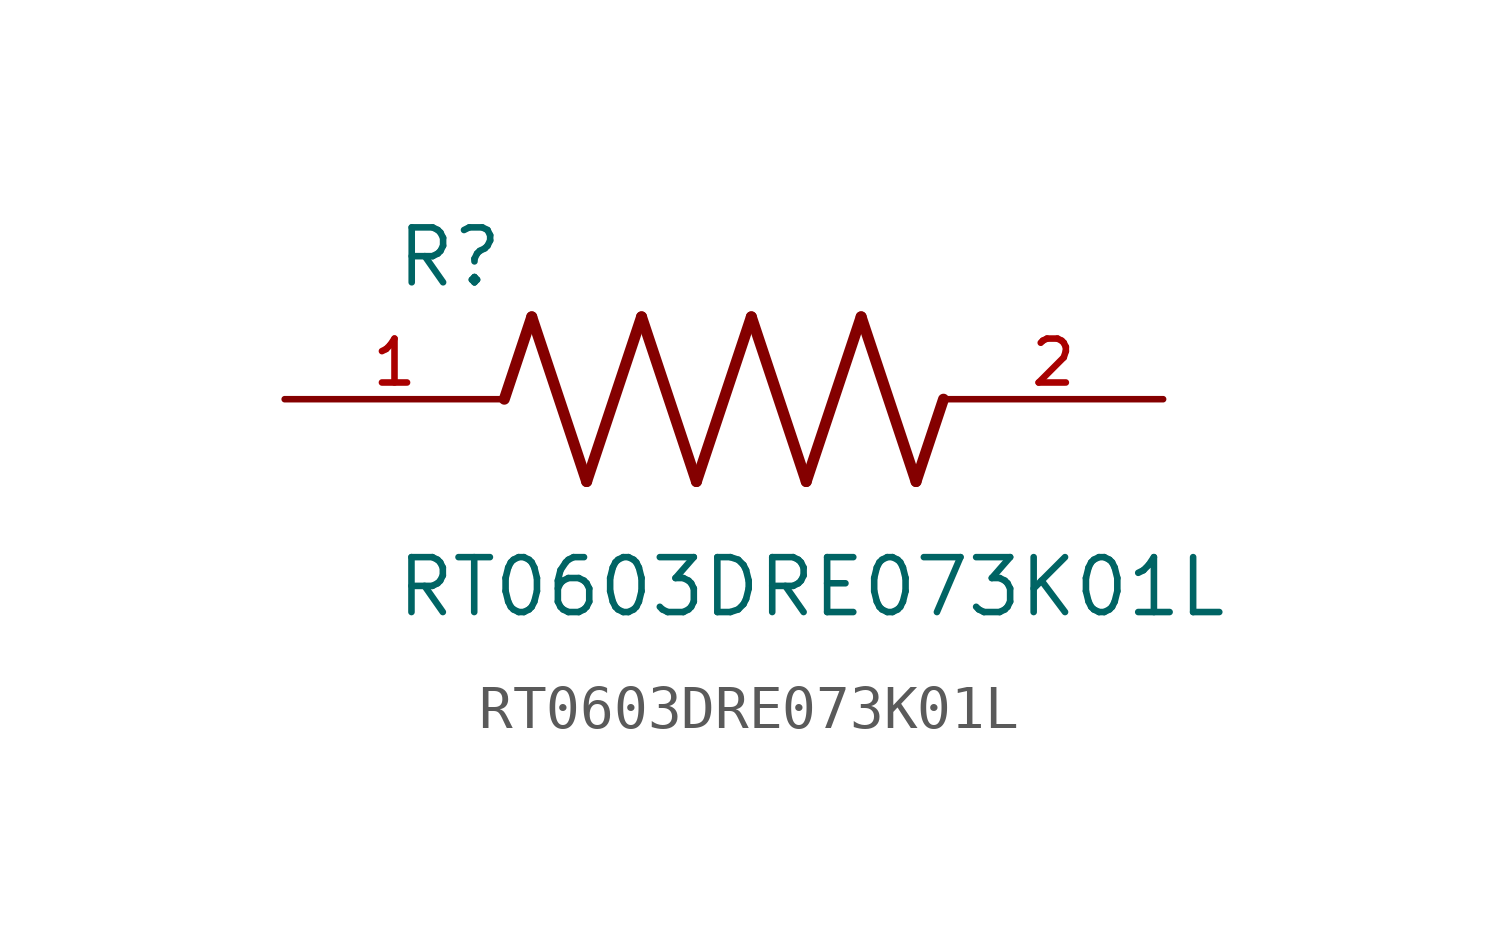
<source format=kicad_sym>
(kicad_symbol_lib
  (version 20211014)
  (generator kicad_symbol_editor)
  (symbol "RT0603DRE073K01L"
    (pin_names
      (offset 1.016))
    (property "Reference" "R"
      (at -7.624 2.541 0)
      (effects (font (size 1.27 1.27)) (justify bottom left)))
    (property "Value" "RT0603DRE073K01L"
      (at -7.63 -5.087 0)
      (effects (font (size 1.27 1.27)) (justify bottom left)))
    (symbol "RT0603DRE073K01L_0_0"
      (polyline (pts (xy -5.08 0.0) (xy -4.445 1.905)) (stroke (width 0.254)))
      (polyline (pts (xy -4.445 1.905) (xy -3.175 -1.905)) (stroke (width 0.254)))
      (polyline (pts (xy -3.175 -1.905) (xy -1.905 1.905)) (stroke (width 0.254)))
      (polyline (pts (xy -1.905 1.905) (xy -0.635 -1.905)) (stroke (width 0.254)))
      (polyline (pts (xy -0.635 -1.905) (xy 0.635 1.905)) (stroke (width 0.254)))
      (polyline (pts (xy 0.635 1.905) (xy 1.905 -1.905)) (stroke (width 0.254)))
      (polyline (pts (xy 1.905 -1.905) (xy 3.175 1.905)) (stroke (width 0.254)))
      (polyline (pts (xy 3.175 1.905) (xy 4.445 -1.905)) (stroke (width 0.254)))
      (polyline (pts (xy 4.445 -1.905) (xy 5.08 0.0)) (stroke (width 0.254)))
      (pin passive line (at -10.16 0.0 0) (length 5.08) (name "~" (effects (font (size 1.016 1.016)))) (number "1" (effects (font (size 1.016 1.016)))))
      (pin passive line (at 10.16 0.0 180.0) (length 5.08) (name "~" (effects (font (size 1.016 1.016)))) (number "2" (effects (font (size 1.016 1.016))))))))
</source>
